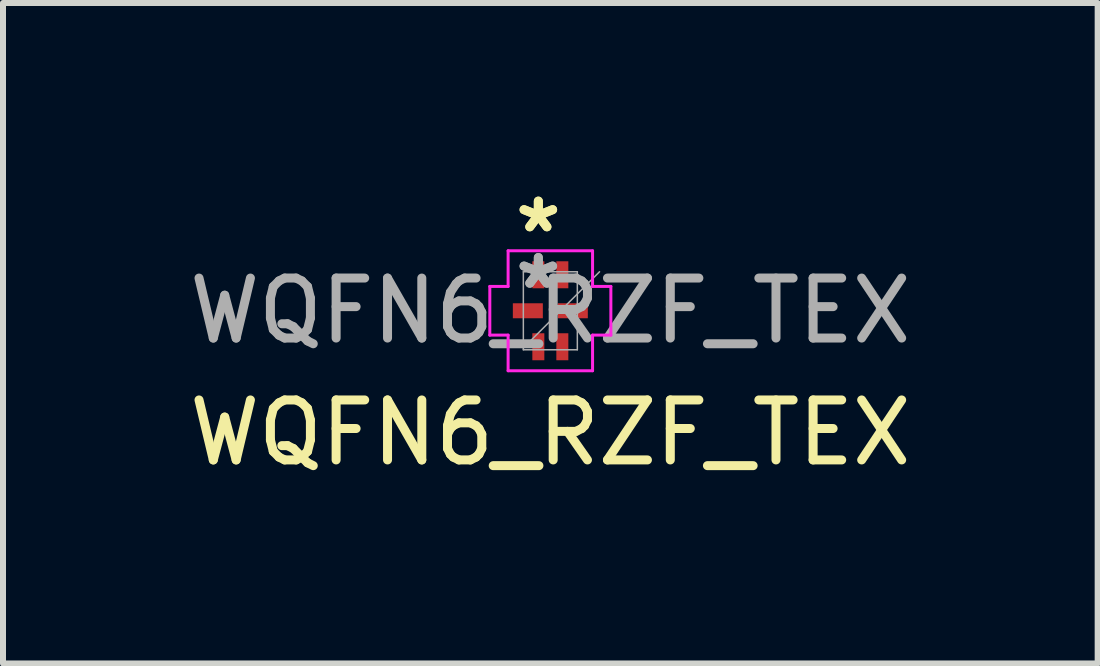
<source format=kicad_pcb>
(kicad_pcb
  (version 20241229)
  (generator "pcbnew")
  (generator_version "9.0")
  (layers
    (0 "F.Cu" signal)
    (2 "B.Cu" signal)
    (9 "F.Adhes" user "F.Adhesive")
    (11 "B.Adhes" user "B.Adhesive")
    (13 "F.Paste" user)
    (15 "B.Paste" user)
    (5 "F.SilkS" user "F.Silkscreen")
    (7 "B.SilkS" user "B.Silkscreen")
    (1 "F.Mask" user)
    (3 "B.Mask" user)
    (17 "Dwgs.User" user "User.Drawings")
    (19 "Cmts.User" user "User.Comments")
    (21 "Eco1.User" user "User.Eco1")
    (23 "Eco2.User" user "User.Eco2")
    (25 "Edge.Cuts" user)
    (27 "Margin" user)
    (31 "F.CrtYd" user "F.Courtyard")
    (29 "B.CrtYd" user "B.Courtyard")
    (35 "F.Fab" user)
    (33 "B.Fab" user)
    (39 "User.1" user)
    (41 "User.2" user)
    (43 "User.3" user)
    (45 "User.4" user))
  (footprint "WQFN6_RZF_TEX"
    (layer "F.Cu")
    (at 6.125 2.131)
    (property "Reference" "WQFN6_RZF_TEX" (at 0 2.032 0) (unlocked yes) (layer "F.SilkS") (effects (font (size 1 1) (thickness 0.15))))
    (attr smd)
    (fp_line (start -1.009 -0.406) (end -0.704 -0.406) (stroke (width 0.05) (type solid)) (layer "F.CrtYd"))
    (fp_line (start -1.009 0.406) (end -1.009 -0.406) (stroke (width 0.05) (type solid)) (layer "F.CrtYd"))
    (fp_line (start -0.704 -1) (end 0.704 -1) (stroke (width 0.05) (type solid)) (layer "F.CrtYd"))
    (fp_line (start -0.704 -0.406) (end -0.704 -1) (stroke (width 0.05) (type solid)) (layer "F.CrtYd"))
    (fp_line (start -0.704 0.406) (end -1.009 0.406) (stroke (width 0.05) (type solid)) (layer "F.CrtYd"))
    (fp_line (start -0.704 1) (end -0.704 0.406) (stroke (width 0.05) (type solid)) (layer "F.CrtYd"))
    (fp_line (start -0.704 1) (end 0.704 1) (stroke (width 0.05) (type solid)) (layer "F.CrtYd"))
    (fp_line (start 0.704 -0.406) (end 0.704 -1) (stroke (width 0.05) (type solid)) (layer "F.CrtYd"))
    (fp_line (start 0.704 0.406) (end 1.009 0.406) (stroke (width 0.05) (type solid)) (layer "F.CrtYd"))
    (fp_line (start 0.704 1) (end 0.704 0.406) (stroke (width 0.05) (type solid)) (layer "F.CrtYd"))
    (fp_line (start 1.009 -0.406) (end 0.704 -0.406) (stroke (width 0.05) (type solid)) (layer "F.CrtYd"))
    (fp_line (start 1.009 0.406) (end 1.009 -0.406) (stroke (width 0.05) (type solid)) (layer "F.CrtYd"))
    (fp_line (start -0.45 -0.65) (end -0.45 0.65) (stroke (width 0.025) (type solid)) (layer "F.Fab"))
    (fp_line (start -0.45 0.62) (end 0.82 -0.65) (stroke (width 0.025) (type solid)) (layer "F.Fab"))
    (fp_line (start -0.45 0.65) (end 0.45 0.65) (stroke (width 0.025) (type solid)) (layer "F.Fab"))
    (fp_line (start 0.45 -0.65) (end -0.45 -0.65) (stroke (width 0.025) (type solid)) (layer "F.Fab"))
    (fp_line (start 0.45 0.65) (end 0.45 -0.65) (stroke (width 0.025) (type solid)) (layer "F.Fab"))
    (fp_text user "*" (at -0.2 -1.283 0) (layer "F.SilkS") (effects (font (size 1 1) (thickness 0.15))))
    (fp_text user "*" (at -0.2 -1.283 0) (unlocked yes) (layer "F.SilkS") (effects (font (size 1 1) (thickness 0.15))))
    (fp_text user "*" (at -0.2 -0.343 0) (unlocked yes) (layer "F.Fab") (effects (font (size 1 1) (thickness 0.15))))
    (fp_text user "*" (at -0.2 -0.343 0) (layer "F.Fab") (effects (font (size 1 1) (thickness 0.15))))
    (fp_text user "${REFERENCE}" (at 0 0 0) (unlocked yes) (layer "F.Fab") (effects (font (size 1 1) (thickness 0.15))))
    (pad "1" smd rect (at -0.2 -0.6) (size 0.2 0.45) (layers "F.Cu" "F.Mask" "F.Paste"))
    (pad "2" smd rect (at -0.375 0 90) (size 0.25 0.5) (layers "F.Cu" "F.Mask" "F.Paste"))
    (pad "3" smd rect (at -0.2 0.6) (size 0.2 0.45) (layers "F.Cu" "F.Mask" "F.Paste"))
    (pad "4" smd rect (at 0.2 0.6) (size 0.2 0.45) (layers "F.Cu" "F.Mask" "F.Paste"))
    (pad "5" smd rect (at 0.375 0 90) (size 0.25 0.5) (layers "F.Cu" "F.Mask" "F.Paste"))
    (pad "6" smd rect (at 0.2 -0.6) (size 0.2 0.45) (layers "F.Cu" "F.Mask" "F.Paste")))
  (gr_rect
    (start -3 -3)
    (end 15.25 8.011)
    (stroke (width 0.1) (type default))
    (fill no)
    (layer "Edge.Cuts")))
</source>
